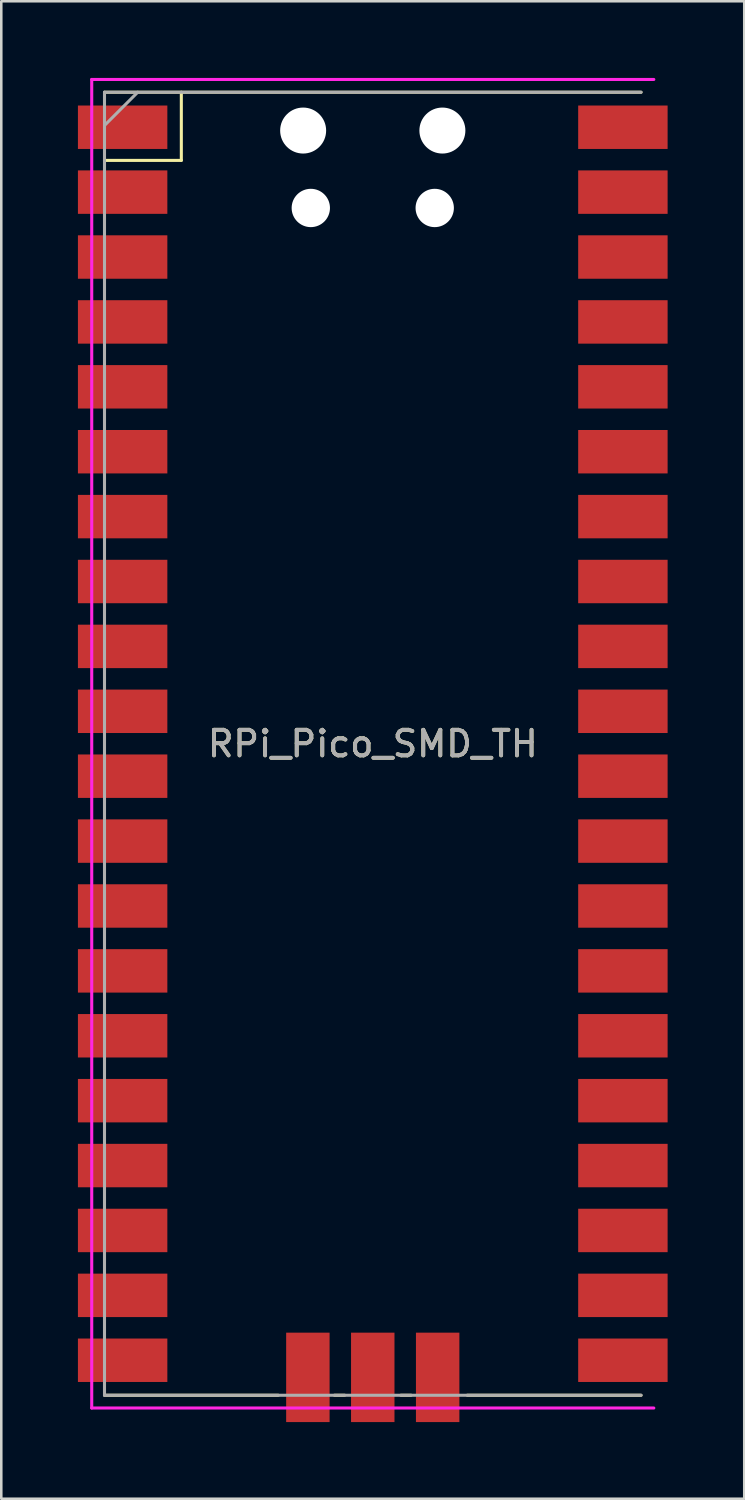
<source format=kicad_pcb>
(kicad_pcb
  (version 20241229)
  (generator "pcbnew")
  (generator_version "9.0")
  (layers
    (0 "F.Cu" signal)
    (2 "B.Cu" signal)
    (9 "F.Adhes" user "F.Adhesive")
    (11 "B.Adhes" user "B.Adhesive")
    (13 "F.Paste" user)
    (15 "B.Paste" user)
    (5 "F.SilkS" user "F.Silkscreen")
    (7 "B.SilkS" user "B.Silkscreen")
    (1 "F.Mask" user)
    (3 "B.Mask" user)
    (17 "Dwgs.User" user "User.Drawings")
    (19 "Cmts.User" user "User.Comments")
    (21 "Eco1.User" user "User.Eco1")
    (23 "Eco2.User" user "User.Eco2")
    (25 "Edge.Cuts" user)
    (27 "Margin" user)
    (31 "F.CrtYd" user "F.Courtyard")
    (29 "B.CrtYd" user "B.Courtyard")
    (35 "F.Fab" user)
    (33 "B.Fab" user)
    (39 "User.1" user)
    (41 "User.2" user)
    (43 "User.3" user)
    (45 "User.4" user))
  (footprint "RPi_Pico_SMD_TH"
    (layer "F.Cu")
    (at 11.54 26.06)
    (property "Reference" "RPi_Pico_SMD_TH" (at 0 0 0) (layer "F.SilkS") (effects (font (size 1 1) (thickness 0.15))))
    (attr through_hole)
    (fp_line (start -10.5 -25.5) (end 10.5 -25.5) (stroke (width 0.12) (type solid)) (layer "F.SilkS"))
    (fp_line (start -10.5 -22.833) (end -7.493 -22.833) (stroke (width 0.12) (type solid)) (layer "F.SilkS"))
    (fp_line (start -7.493 -22.833) (end -7.493 -25.5) (stroke (width 0.12) (type solid)) (layer "F.SilkS"))
    (fp_line (start -3.7 25.5) (end -10.5 25.5) (stroke (width 0.12) (type solid)) (layer "F.SilkS"))
    (fp_line (start -1.5 25.5) (end -1.1 25.5) (stroke (width 0.12) (type solid)) (layer "F.SilkS"))
    (fp_line (start 1.1 25.5) (end 1.5 25.5) (stroke (width 0.12) (type solid)) (layer "F.SilkS"))
    (fp_line (start 10.5 25.5) (end 3.7 25.5) (stroke (width 0.12) (type solid)) (layer "F.SilkS"))
    (fp_line (start -11 -26) (end 11 -26) (stroke (width 0.12) (type solid)) (layer "F.CrtYd"))
    (fp_line (start -11 26) (end -11 -26) (stroke (width 0.12) (type solid)) (layer "F.CrtYd"))
    (fp_line (start 11 26) (end -11 26) (stroke (width 0.12) (type solid)) (layer "F.CrtYd"))
    (fp_line (start -10.5 -25.5) (end 10.5 -25.5) (stroke (width 0.12) (type solid)) (layer "F.Fab"))
    (fp_line (start -10.5 -24.2) (end -9.2 -25.5) (stroke (width 0.12) (type solid)) (layer "F.Fab"))
    (fp_line (start -10.5 25.5) (end -10.5 -25.5) (stroke (width 0.12) (type solid)) (layer "F.Fab"))
    (fp_line (start 10.5 25.5) (end -10.5 25.5) (stroke (width 0.12) (type solid)) (layer "F.Fab"))
    (fp_text user "${REFERENCE}" (at 0 0 180) (layer "F.Fab") (effects (font (size 1 1) (thickness 0.15))))
    (pad "" np_thru_hole oval (at -2.725 -24) (size 1.8 1.8) (drill 1.8) (layers "*.Cu" "*.Mask"))
    (pad "" np_thru_hole oval (at -2.425 -20.97) (size 1.5 1.5) (drill 1.5) (layers "*.Cu" "*.Mask"))
    (pad "" np_thru_hole oval (at 2.425 -20.97) (size 1.5 1.5) (drill 1.5) (layers "*.Cu" "*.Mask"))
    (pad "" np_thru_hole oval (at 2.725 -24) (size 1.8 1.8) (drill 1.8) (layers "*.Cu" "*.Mask"))
    (pad "1" smd rect (at -8.89 -24.13) (size 3.5 1.7) (drill (offset -0.9 0)) (layers "F.Cu" "F.Mask"))
    (pad "2" smd rect (at -8.89 -21.59) (size 3.5 1.7) (drill (offset -0.9 0)) (layers "F.Cu" "F.Mask"))
    (pad "3" smd rect (at -8.89 -19.05) (size 3.5 1.7) (drill (offset -0.9 0)) (layers "F.Cu" "F.Mask"))
    (pad "4" smd rect (at -8.89 -16.51) (size 3.5 1.7) (drill (offset -0.9 0)) (layers "F.Cu" "F.Mask"))
    (pad "5" smd rect (at -8.89 -13.97) (size 3.5 1.7) (drill (offset -0.9 0)) (layers "F.Cu" "F.Mask"))
    (pad "6" smd rect (at -8.89 -11.43) (size 3.5 1.7) (drill (offset -0.9 0)) (layers "F.Cu" "F.Mask"))
    (pad "7" smd rect (at -8.89 -8.89) (size 3.5 1.7) (drill (offset -0.9 0)) (layers "F.Cu" "F.Mask"))
    (pad "8" smd rect (at -8.89 -6.35) (size 3.5 1.7) (drill (offset -0.9 0)) (layers "F.Cu" "F.Mask"))
    (pad "9" smd rect (at -8.89 -3.81) (size 3.5 1.7) (drill (offset -0.9 0)) (layers "F.Cu" "F.Mask"))
    (pad "10" smd rect (at -8.89 -1.27) (size 3.5 1.7) (drill (offset -0.9 0)) (layers "F.Cu" "F.Mask"))
    (pad "11" smd rect (at -8.89 1.27) (size 3.5 1.7) (drill (offset -0.9 0)) (layers "F.Cu" "F.Mask"))
    (pad "12" smd rect (at -8.89 3.81) (size 3.5 1.7) (drill (offset -0.9 0)) (layers "F.Cu" "F.Mask"))
    (pad "13" smd rect (at -8.89 6.35) (size 3.5 1.7) (drill (offset -0.9 0)) (layers "F.Cu" "F.Mask"))
    (pad "14" smd rect (at -8.89 8.89) (size 3.5 1.7) (drill (offset -0.9 0)) (layers "F.Cu" "F.Mask"))
    (pad "15" smd rect (at -8.89 11.43) (size 3.5 1.7) (drill (offset -0.9 0)) (layers "F.Cu" "F.Mask"))
    (pad "16" smd rect (at -8.89 13.97) (size 3.5 1.7) (drill (offset -0.9 0)) (layers "F.Cu" "F.Mask"))
    (pad "17" smd rect (at -8.89 16.51) (size 3.5 1.7) (drill (offset -0.9 0)) (layers "F.Cu" "F.Mask"))
    (pad "18" smd rect (at -8.89 19.05) (size 3.5 1.7) (drill (offset -0.9 0)) (layers "F.Cu" "F.Mask"))
    (pad "19" smd rect (at -8.89 21.59) (size 3.5 1.7) (drill (offset -0.9 0)) (layers "F.Cu" "F.Mask"))
    (pad "20" smd rect (at -8.89 24.13) (size 3.5 1.7) (drill (offset -0.9 0)) (layers "F.Cu" "F.Mask"))
    (pad "21" smd rect (at 8.89 24.13) (size 3.5 1.7) (drill (offset 0.9 0)) (layers "F.Cu" "F.Mask"))
    (pad "22" smd rect (at 8.89 21.59) (size 3.5 1.7) (drill (offset 0.9 0)) (layers "F.Cu" "F.Mask"))
    (pad "23" smd rect (at 8.89 19.05) (size 3.5 1.7) (drill (offset 0.9 0)) (layers "F.Cu" "F.Mask"))
    (pad "24" smd rect (at 8.89 16.51) (size 3.5 1.7) (drill (offset 0.9 0)) (layers "F.Cu" "F.Mask"))
    (pad "25" smd rect (at 8.89 13.97) (size 3.5 1.7) (drill (offset 0.9 0)) (layers "F.Cu" "F.Mask"))
    (pad "26" smd rect (at 8.89 11.43) (size 3.5 1.7) (drill (offset 0.9 0)) (layers "F.Cu" "F.Mask"))
    (pad "27" smd rect (at 8.89 8.89) (size 3.5 1.7) (drill (offset 0.9 0)) (layers "F.Cu" "F.Mask"))
    (pad "28" smd rect (at 8.89 6.35) (size 3.5 1.7) (drill (offset 0.9 0)) (layers "F.Cu" "F.Mask"))
    (pad "29" smd rect (at 8.89 3.81) (size 3.5 1.7) (drill (offset 0.9 0)) (layers "F.Cu" "F.Mask"))
    (pad "30" smd rect (at 8.89 1.27) (size 3.5 1.7) (drill (offset 0.9 0)) (layers "F.Cu" "F.Mask"))
    (pad "31" smd rect (at 8.89 -1.27) (size 3.5 1.7) (drill (offset 0.9 0)) (layers "F.Cu" "F.Mask"))
    (pad "32" smd rect (at 8.89 -3.81) (size 3.5 1.7) (drill (offset 0.9 0)) (layers "F.Cu" "F.Mask"))
    (pad "33" smd rect (at 8.89 -6.35) (size 3.5 1.7) (drill (offset 0.9 0)) (layers "F.Cu" "F.Mask"))
    (pad "34" smd rect (at 8.89 -8.89) (size 3.5 1.7) (drill (offset 0.9 0)) (layers "F.Cu" "F.Mask"))
    (pad "35" smd rect (at 8.89 -11.43) (size 3.5 1.7) (drill (offset 0.9 0)) (layers "F.Cu" "F.Mask"))
    (pad "36" smd rect (at 8.89 -13.97) (size 3.5 1.7) (drill (offset 0.9 0)) (layers "F.Cu" "F.Mask"))
    (pad "37" smd rect (at 8.89 -16.51) (size 3.5 1.7) (drill (offset 0.9 0)) (layers "F.Cu" "F.Mask"))
    (pad "38" smd rect (at 8.89 -19.05) (size 3.5 1.7) (drill (offset 0.9 0)) (layers "F.Cu" "F.Mask"))
    (pad "39" smd rect (at 8.89 -21.59) (size 3.5 1.7) (drill (offset 0.9 0)) (layers "F.Cu" "F.Mask"))
    (pad "40" smd rect (at 8.89 -24.13) (size 3.5 1.7) (drill (offset 0.9 0)) (layers "F.Cu" "F.Mask"))
    (pad "41" smd rect (at -2.54 23.9 90) (size 3.5 1.7) (drill (offset -0.9 0)) (layers "F.Cu" "F.Mask"))
    (pad "42" smd rect (at 0 23.9 90) (size 3.5 1.7) (drill (offset -0.9 0)) (layers "F.Cu" "F.Mask"))
    (pad "43" smd rect (at 2.54 23.9 90) (size 3.5 1.7) (drill (offset -0.9 0)) (layers "F.Cu" "F.Mask"))
    (zone (net_name "") (layer "F.Cu") (hatch edge 0.508) (connect_pads) (min_thickness 0.254) (filled_areas_thickness no) (keepout (tracks not_allowed) (vias not_allowed) (pads not_allowed) (copperpour not_allowed) (footprints allowed)) (placement (enabled no)) (fill) (polygon (pts (xy 10.24 14.76) (xy 7.84 14.76) (xy 7.84 7.36) (xy 10.24 7.36))))
    (zone (net_name "") (layer "F.Cu") (hatch edge 0.508) (connect_pads) (min_thickness 0.254) (filled_areas_thickness no) (keepout (tracks not_allowed) (vias not_allowed) (pads not_allowed) (copperpour not_allowed) (footprints allowed)) (placement (enabled no)) (fill) (polygon (pts (xy 15.34 5.96) (xy 7.74 5.96) (xy 7.74 1.06) (xy 15.34 1.06)))))
  (gr_rect
    (start -3 -3)
    (end 26.08 55.61)
    (stroke (width 0.1) (type default))
    (fill no)
    (layer "Edge.Cuts")))
</source>
